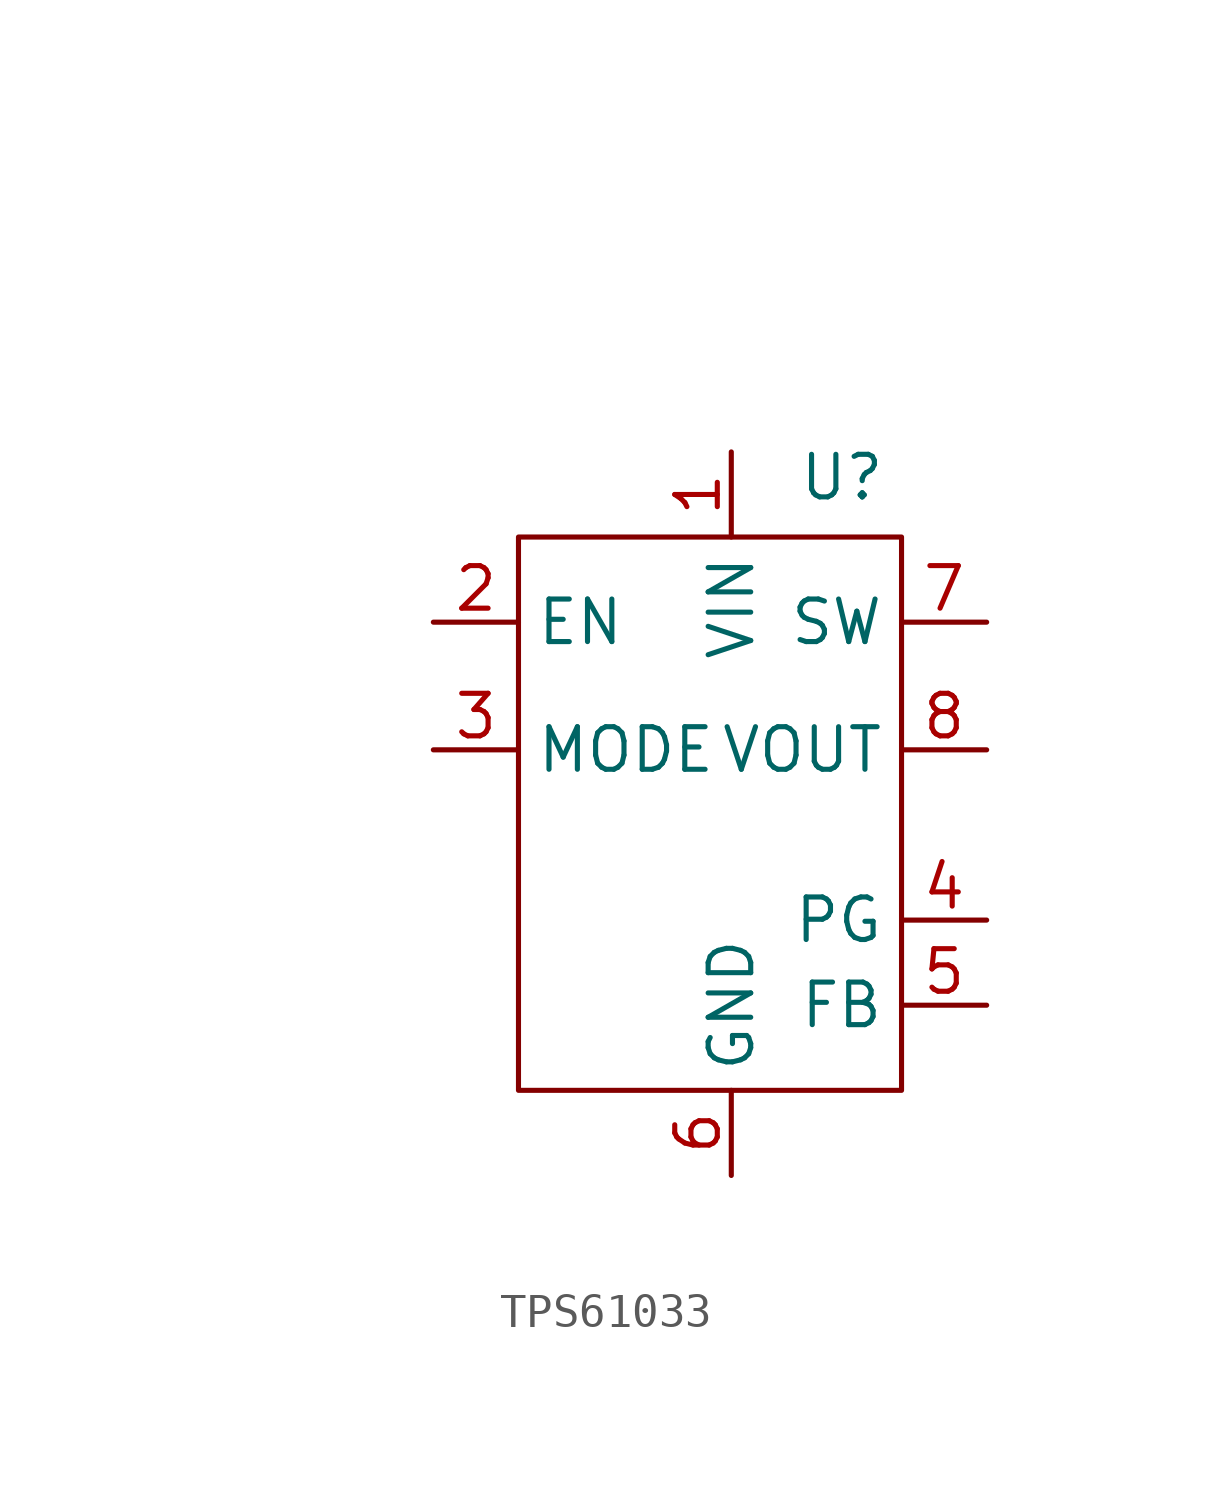
<source format=kicad_sym>
(kicad_symbol_lib
  (version 20231120)
  (generator "kicad_symbol_editor")
  (generator_version "8.0")
  (symbol "TPS61033"
    (property "Reference" "U"
      (at 18.542 -7.112 0)
      (effects (font (size 1.27 1.27))))
    (property "Value" ""
      (at 0 0 0)
      (effects (font (size 1.27 1.27))))
    (symbol "TPS61033_0_0"
      (pin power_in line (at 15.24 -6.35 270) (length 2.54) (name "VIN" (effects (font (size 1.27 1.27)))) (number "1" (effects (font (size 1.27 1.27)))))
      (pin input line (at 6.35 -11.43 0) (length 2.54) (name "EN" (effects (font (size 1.27 1.27)))) (number "2" (effects (font (size 1.27 1.27)))))
      (pin input line (at 6.35 -15.24 0) (length 2.54) (name "MODE" (effects (font (size 1.27 1.27)))) (number "3" (effects (font (size 1.27 1.27)))))
      (pin output line (at 22.86 -20.32 180) (length 2.54) (name "PG" (effects (font (size 1.27 1.27)))) (number "4" (effects (font (size 1.27 1.27)))))
      (pin input line (at 22.86 -22.86 180) (length 2.54) (name "FB" (effects (font (size 1.27 1.27)))) (number "5" (effects (font (size 1.27 1.27)))))
      (pin power_in line (at 15.24 -27.94 90) (length 2.54) (name "GND" (effects (font (size 1.27 1.27)))) (number "6" (effects (font (size 1.27 1.27)))))
      (pin power_in line (at 22.86 -11.43 180) (length 2.54) (name "SW" (effects (font (size 1.27 1.27)))) (number "7" (effects (font (size 1.27 1.27)))))
      (pin power_out line (at 22.86 -15.24 180) (length 2.54) (name "VOUT" (effects (font (size 1.27 1.27)))) (number "8" (effects (font (size 1.27 1.27))))))
    (symbol "TPS61033_0_1"
      (rectangle (start 8.89 -8.89) (end 20.32 -25.4) (stroke (width 0) (type default)) (fill (type none))))))
</source>
